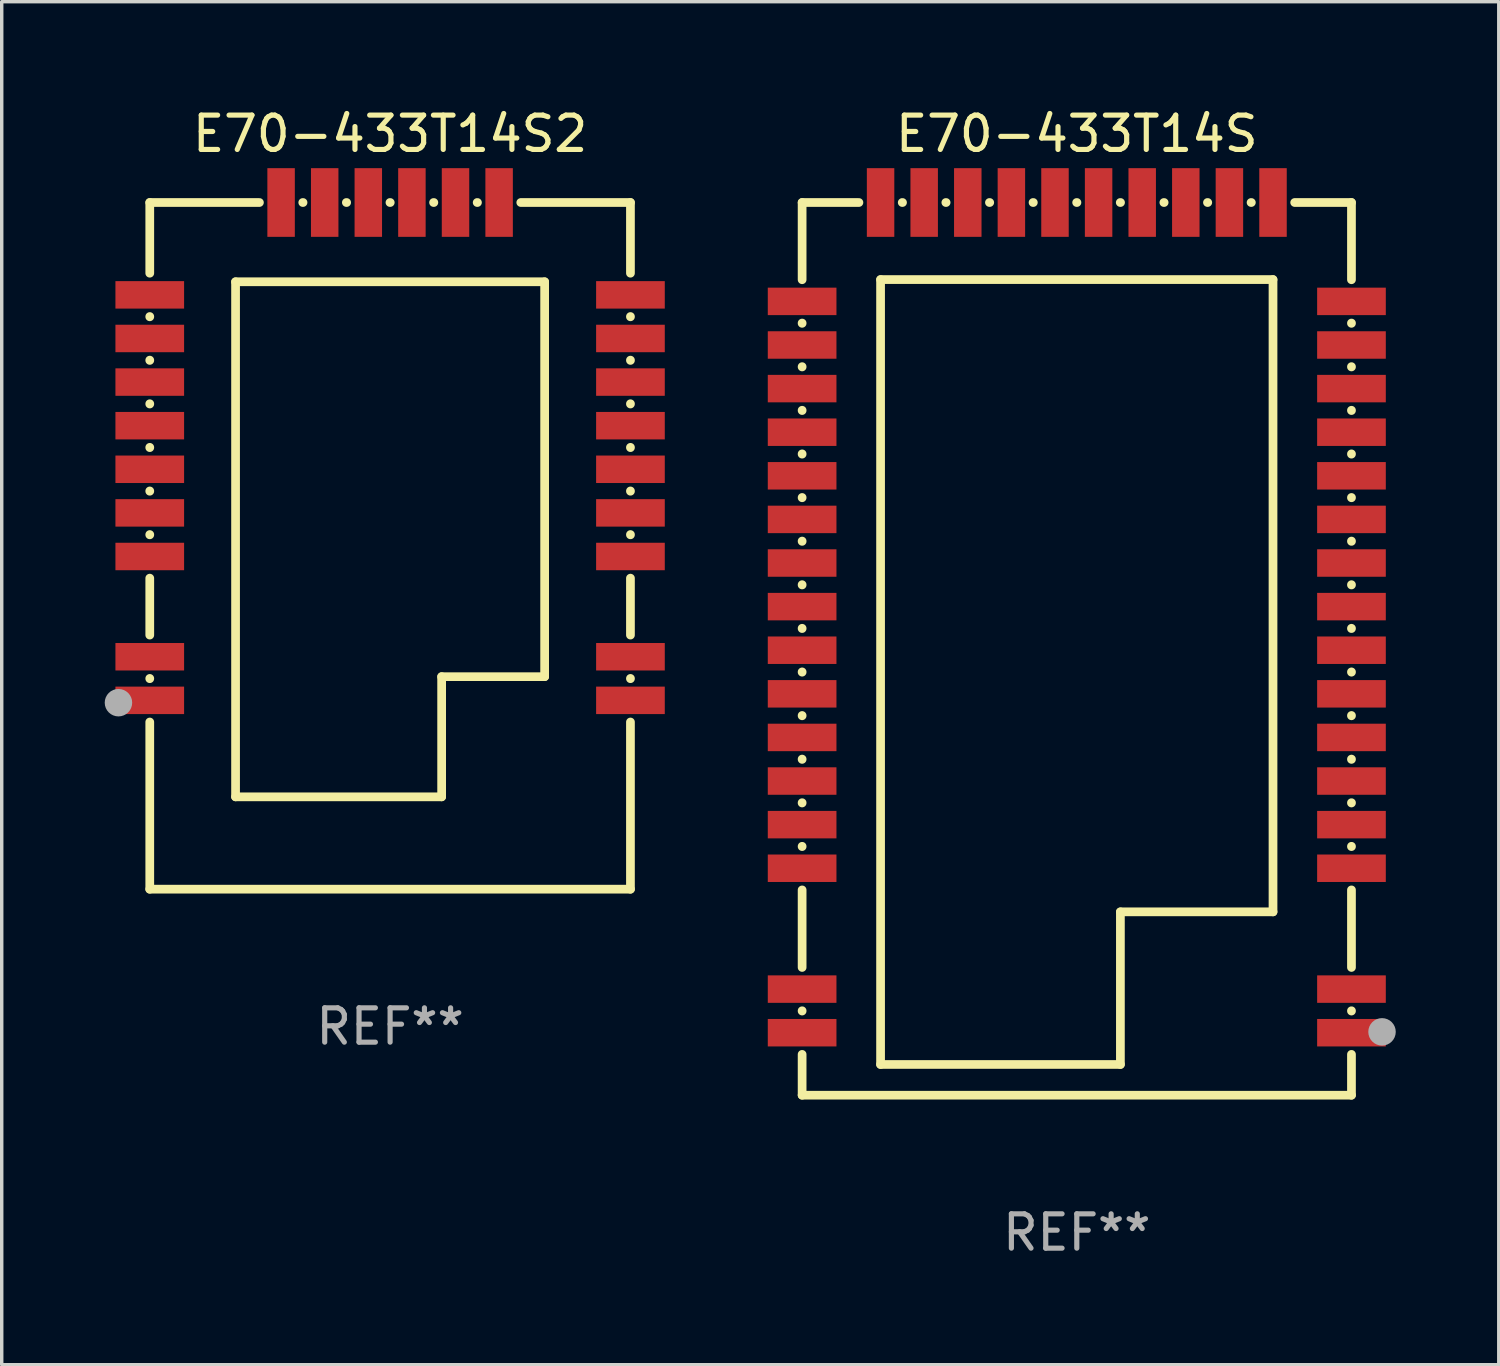
<source format=kicad_pcb>
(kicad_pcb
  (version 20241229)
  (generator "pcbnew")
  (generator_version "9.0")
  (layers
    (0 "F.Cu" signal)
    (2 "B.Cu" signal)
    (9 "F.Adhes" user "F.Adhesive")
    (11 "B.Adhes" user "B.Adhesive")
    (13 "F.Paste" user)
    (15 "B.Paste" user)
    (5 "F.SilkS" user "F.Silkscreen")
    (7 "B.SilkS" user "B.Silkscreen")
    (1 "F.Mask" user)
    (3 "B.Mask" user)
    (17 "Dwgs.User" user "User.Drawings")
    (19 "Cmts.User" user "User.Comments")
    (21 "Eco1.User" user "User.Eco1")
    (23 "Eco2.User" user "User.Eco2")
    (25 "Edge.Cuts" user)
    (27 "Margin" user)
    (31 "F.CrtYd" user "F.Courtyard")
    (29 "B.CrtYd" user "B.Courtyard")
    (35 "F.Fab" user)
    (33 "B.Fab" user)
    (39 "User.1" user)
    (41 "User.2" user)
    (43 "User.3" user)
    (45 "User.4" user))
  (footprint "E70-433T14S"
    (layer "F.Cu")
    (at 28.312 15.848)
    (property "Reference" "E70-433T14S" (at 0 -15 0) (layer "F.SilkS") (effects (font (size 1 1) (thickness 0.15))))
    (attr through_hole)
    (fp_line (start -8 -13) (end -6.346 -13) (stroke (width 0.254) (type solid)) (layer "F.SilkS"))
    (fp_line (start -8 -10.751) (end -8 -13) (stroke (width 0.254) (type solid)) (layer "F.SilkS"))
    (fp_line (start -8 -9.481) (end -8 -9.489) (stroke (width 0.254) (type solid)) (layer "F.SilkS"))
    (fp_line (start -8 -8.211) (end -8 -8.219) (stroke (width 0.254) (type solid)) (layer "F.SilkS"))
    (fp_line (start -8 -6.941) (end -8 -6.949) (stroke (width 0.254) (type solid)) (layer "F.SilkS"))
    (fp_line (start -8 -5.671) (end -8 -5.679) (stroke (width 0.254) (type solid)) (layer "F.SilkS"))
    (fp_line (start -8 -4.401) (end -8 -4.409) (stroke (width 0.254) (type solid)) (layer "F.SilkS"))
    (fp_line (start -8 -3.131) (end -8 -3.139) (stroke (width 0.254) (type solid)) (layer "F.SilkS"))
    (fp_line (start -8 -1.861) (end -8 -1.869) (stroke (width 0.254) (type solid)) (layer "F.SilkS"))
    (fp_line (start -8 -0.591) (end -8 -0.599) (stroke (width 0.254) (type solid)) (layer "F.SilkS"))
    (fp_line (start -8 0.679) (end -8 0.671) (stroke (width 0.254) (type solid)) (layer "F.SilkS"))
    (fp_line (start -8 1.949) (end -8 1.941) (stroke (width 0.254) (type solid)) (layer "F.SilkS"))
    (fp_line (start -8 3.219) (end -8 3.211) (stroke (width 0.254) (type solid)) (layer "F.SilkS"))
    (fp_line (start -8 4.489) (end -8 4.481) (stroke (width 0.254) (type solid)) (layer "F.SilkS"))
    (fp_line (start -8 5.759) (end -8 5.751) (stroke (width 0.254) (type solid)) (layer "F.SilkS"))
    (fp_line (start -8 9.279) (end -8 7.021) (stroke (width 0.254) (type solid)) (layer "F.SilkS"))
    (fp_line (start -8 10.549) (end -8 10.541) (stroke (width 0.254) (type solid)) (layer "F.SilkS"))
    (fp_line (start -8 13) (end -8 11.811) (stroke (width 0.254) (type solid)) (layer "F.SilkS"))
    (fp_line (start -8 13) (end 8 13) (stroke (width 0.254) (type solid)) (layer "F.SilkS"))
    (fp_line (start -5.715 -10.755) (end 5.715 -10.755) (stroke (width 0.254) (type solid)) (layer "F.SilkS"))
    (fp_line (start -5.715 12.105) (end -5.715 -10.755) (stroke (width 0.254) (type solid)) (layer "F.SilkS"))
    (fp_line (start -5.084 -13) (end -5.076 -13) (stroke (width 0.254) (type solid)) (layer "F.SilkS"))
    (fp_line (start -3.814 -13) (end -3.806 -13) (stroke (width 0.254) (type solid)) (layer "F.SilkS"))
    (fp_line (start -2.544 -13) (end -2.536 -13) (stroke (width 0.254) (type solid)) (layer "F.SilkS"))
    (fp_line (start -1.274 -13) (end -1.266 -13) (stroke (width 0.254) (type solid)) (layer "F.SilkS"))
    (fp_line (start -0.004 -13) (end 0.004 -13) (stroke (width 0.254) (type solid)) (layer "F.SilkS"))
    (fp_line (start 1.266 -13) (end 1.274 -13) (stroke (width 0.254) (type solid)) (layer "F.SilkS"))
    (fp_line (start 1.27 7.66) (end 1.27 12.105) (stroke (width 0.254) (type solid)) (layer "F.SilkS"))
    (fp_line (start 1.27 12.105) (end -5.715 12.105) (stroke (width 0.254) (type solid)) (layer "F.SilkS"))
    (fp_line (start 2.536 -13) (end 2.544 -13) (stroke (width 0.254) (type solid)) (layer "F.SilkS"))
    (fp_line (start 3.806 -13) (end 3.814 -13) (stroke (width 0.254) (type solid)) (layer "F.SilkS"))
    (fp_line (start 5.076 -13) (end 5.084 -13) (stroke (width 0.254) (type solid)) (layer "F.SilkS"))
    (fp_line (start 5.715 -10.755) (end 5.715 7.66) (stroke (width 0.254) (type solid)) (layer "F.SilkS"))
    (fp_line (start 5.715 7.66) (end 1.27 7.66) (stroke (width 0.254) (type solid)) (layer "F.SilkS"))
    (fp_line (start 6.346 -13) (end 8 -13) (stroke (width 0.254) (type solid)) (layer "F.SilkS"))
    (fp_line (start 8 -10.751) (end 8 -13) (stroke (width 0.254) (type solid)) (layer "F.SilkS"))
    (fp_line (start 8 -9.481) (end 8 -9.489) (stroke (width 0.254) (type solid)) (layer "F.SilkS"))
    (fp_line (start 8 -8.211) (end 8 -8.219) (stroke (width 0.254) (type solid)) (layer "F.SilkS"))
    (fp_line (start 8 -6.941) (end 8 -6.949) (stroke (width 0.254) (type solid)) (layer "F.SilkS"))
    (fp_line (start 8 -5.671) (end 8 -5.679) (stroke (width 0.254) (type solid)) (layer "F.SilkS"))
    (fp_line (start 8 -4.401) (end 8 -4.409) (stroke (width 0.254) (type solid)) (layer "F.SilkS"))
    (fp_line (start 8 -3.131) (end 8 -3.139) (stroke (width 0.254) (type solid)) (layer "F.SilkS"))
    (fp_line (start 8 -1.861) (end 8 -1.869) (stroke (width 0.254) (type solid)) (layer "F.SilkS"))
    (fp_line (start 8 -0.591) (end 8 -0.599) (stroke (width 0.254) (type solid)) (layer "F.SilkS"))
    (fp_line (start 8 0.679) (end 8 0.671) (stroke (width 0.254) (type solid)) (layer "F.SilkS"))
    (fp_line (start 8 1.949) (end 8 1.941) (stroke (width 0.254) (type solid)) (layer "F.SilkS"))
    (fp_line (start 8 3.219) (end 8 3.211) (stroke (width 0.254) (type solid)) (layer "F.SilkS"))
    (fp_line (start 8 4.489) (end 8 4.481) (stroke (width 0.254) (type solid)) (layer "F.SilkS"))
    (fp_line (start 8 5.759) (end 8 5.751) (stroke (width 0.254) (type solid)) (layer "F.SilkS"))
    (fp_line (start 8 9.279) (end 8 7.021) (stroke (width 0.254) (type solid)) (layer "F.SilkS"))
    (fp_line (start 8 10.549) (end 8 10.541) (stroke (width 0.254) (type solid)) (layer "F.SilkS"))
    (fp_line (start 8 13) (end 8 11.811) (stroke (width 0.254) (type solid)) (layer "F.SilkS"))
    (fp_circle (center 8 12.979) (end 8.03 12.979) (stroke (width 0.06) (type solid)) (fill no) (layer "F.SilkS"))
    (fp_circle (center 8.89 11.155) (end 9.09 11.155) (stroke (width 0.4) (type solid)) (fill no) (layer "F.Fab"))
    (fp_text user "REF**" (at 0 17 0) (layer "F.Fab") (effects (font (size 1 1) (thickness 0.15))))
    (pad "1" smd rect (at 8 11.18) (size 2 0.8) (layers "F.Cu" "F.Mask" "F.Paste"))
    (pad "2" smd rect (at 8 9.91) (size 2 0.8) (layers "F.Cu" "F.Mask" "F.Paste"))
    (pad "3" smd rect (at 8 6.39) (size 2 0.8) (layers "F.Cu" "F.Mask" "F.Paste"))
    (pad "4" smd rect (at 8 5.12) (size 2 0.8) (layers "F.Cu" "F.Mask" "F.Paste"))
    (pad "5" smd rect (at 8 3.85) (size 2 0.8) (layers "F.Cu" "F.Mask" "F.Paste"))
    (pad "6" smd rect (at 8 2.58) (size 2 0.8) (layers "F.Cu" "F.Mask" "F.Paste"))
    (pad "7" smd rect (at 8 1.31) (size 2 0.8) (layers "F.Cu" "F.Mask" "F.Paste"))
    (pad "8" smd rect (at 8 0.04) (size 2 0.8) (layers "F.Cu" "F.Mask" "F.Paste"))
    (pad "9" smd rect (at 8 -1.23) (size 2 0.8) (layers "F.Cu" "F.Mask" "F.Paste"))
    (pad "10" smd rect (at 8 -2.5) (size 2 0.8) (layers "F.Cu" "F.Mask" "F.Paste"))
    (pad "11" smd rect (at 8 -3.77) (size 2 0.8) (layers "F.Cu" "F.Mask" "F.Paste"))
    (pad "12" smd rect (at 8 -5.04) (size 2 0.8) (layers "F.Cu" "F.Mask" "F.Paste"))
    (pad "13" smd rect (at 8 -6.31) (size 2 0.8) (layers "F.Cu" "F.Mask" "F.Paste"))
    (pad "14" smd rect (at 8 -7.58) (size 2 0.8) (layers "F.Cu" "F.Mask" "F.Paste"))
    (pad "15" smd rect (at 8 -8.85) (size 2 0.8) (layers "F.Cu" "F.Mask" "F.Paste"))
    (pad "16" smd rect (at 8 -10.12) (size 2 0.8) (layers "F.Cu" "F.Mask" "F.Paste"))
    (pad "17" smd rect (at 5.715 -13 90) (size 2 0.8) (layers "F.Cu" "F.Mask" "F.Paste"))
    (pad "18" smd rect (at 4.445 -13 90) (size 2 0.8) (layers "F.Cu" "F.Mask" "F.Paste"))
    (pad "19" smd rect (at 3.175 -13 90) (size 2 0.8) (layers "F.Cu" "F.Mask" "F.Paste"))
    (pad "20" smd rect (at 1.905 -13 90) (size 2 0.8) (layers "F.Cu" "F.Mask" "F.Paste"))
    (pad "21" smd rect (at 0.635 -13 90) (size 2 0.8) (layers "F.Cu" "F.Mask" "F.Paste"))
    (pad "22" smd rect (at -0.635 -13 90) (size 2 0.8) (layers "F.Cu" "F.Mask" "F.Paste"))
    (pad "23" smd rect (at -1.905 -13 90) (size 2 0.8) (layers "F.Cu" "F.Mask" "F.Paste"))
    (pad "24" smd rect (at -3.175 -13 90) (size 2 0.8) (layers "F.Cu" "F.Mask" "F.Paste"))
    (pad "25" smd rect (at -4.445 -13 90) (size 2 0.8) (layers "F.Cu" "F.Mask" "F.Paste"))
    (pad "26" smd rect (at -5.715 -13 90) (size 2 0.8) (layers "F.Cu" "F.Mask" "F.Paste"))
    (pad "27" smd rect (at -8 -10.12 180) (size 2 0.8) (layers "F.Cu" "F.Mask" "F.Paste"))
    (pad "28" smd rect (at -8 -8.85 180) (size 2 0.8) (layers "F.Cu" "F.Mask" "F.Paste"))
    (pad "29" smd rect (at -8 -7.58 180) (size 2 0.8) (layers "F.Cu" "F.Mask" "F.Paste"))
    (pad "30" smd rect (at -8 -6.31 180) (size 2 0.8) (layers "F.Cu" "F.Mask" "F.Paste"))
    (pad "31" smd rect (at -8 -5.04 180) (size 2 0.8) (layers "F.Cu" "F.Mask" "F.Paste"))
    (pad "32" smd rect (at -8 -3.77 180) (size 2 0.8) (layers "F.Cu" "F.Mask" "F.Paste"))
    (pad "33" smd rect (at -8 -2.5 180) (size 2 0.8) (layers "F.Cu" "F.Mask" "F.Paste"))
    (pad "34" smd rect (at -8 -1.23 180) (size 2 0.8) (layers "F.Cu" "F.Mask" "F.Paste"))
    (pad "35" smd rect (at -8 0.04 180) (size 2 0.8) (layers "F.Cu" "F.Mask" "F.Paste"))
    (pad "36" smd rect (at -8 1.31 180) (size 2 0.8) (layers "F.Cu" "F.Mask" "F.Paste"))
    (pad "37" smd rect (at -8 2.58 180) (size 2 0.8) (layers "F.Cu" "F.Mask" "F.Paste"))
    (pad "38" smd rect (at -8 3.85 180) (size 2 0.8) (layers "F.Cu" "F.Mask" "F.Paste"))
    (pad "39" smd rect (at -8 5.12 180) (size 2 0.8) (layers "F.Cu" "F.Mask" "F.Paste"))
    (pad "40" smd rect (at -8 6.39 180) (size 2 0.8) (layers "F.Cu" "F.Mask" "F.Paste"))
    (pad "41" smd rect (at -8 9.91 180) (size 2 0.8) (layers "F.Cu" "F.Mask" "F.Paste"))
    (pad "42" smd rect (at -8 11.18 180) (size 2 0.8) (layers "F.Cu" "F.Mask" "F.Paste")))
  (footprint "E70-433T14S2"
    (layer "F.Cu")
    (at 8.312 12.848)
    (property "Reference" "E70-433T14S2" (at 0 -12 0) (layer "F.SilkS") (effects (font (size 1 1) (thickness 0.15))))
    (attr through_hole)
    (fp_line (start -7 -10) (end -7 -7.941) (stroke (width 0.254) (type solid)) (layer "F.SilkS"))
    (fp_line (start -7 -10) (end -3.806 -10) (stroke (width 0.254) (type solid)) (layer "F.SilkS"))
    (fp_line (start -7 -6.679) (end -7 -6.671) (stroke (width 0.254) (type solid)) (layer "F.SilkS"))
    (fp_line (start -7 -5.409) (end -7 -5.401) (stroke (width 0.254) (type solid)) (layer "F.SilkS"))
    (fp_line (start -7 -4.139) (end -7 -4.131) (stroke (width 0.254) (type solid)) (layer "F.SilkS"))
    (fp_line (start -7 -2.869) (end -7 -2.861) (stroke (width 0.254) (type solid)) (layer "F.SilkS"))
    (fp_line (start -7 -1.599) (end -7 -1.591) (stroke (width 0.254) (type solid)) (layer "F.SilkS"))
    (fp_line (start -7 -0.329) (end -7 -0.321) (stroke (width 0.254) (type solid)) (layer "F.SilkS"))
    (fp_line (start -7 0.941) (end -7 2.599) (stroke (width 0.254) (type solid)) (layer "F.SilkS"))
    (fp_line (start -7 3.861) (end -7 3.869) (stroke (width 0.254) (type solid)) (layer "F.SilkS"))
    (fp_line (start -7 5.131) (end -7 10) (stroke (width 0.254) (type solid)) (layer "F.SilkS"))
    (fp_line (start -4.501 -7.691) (end 4.501 -7.691) (stroke (width 0.254) (type solid)) (layer "F.SilkS"))
    (fp_line (start -4.501 7.31) (end -4.501 -7.691) (stroke (width 0.254) (type solid)) (layer "F.SilkS"))
    (fp_line (start -2.544 -10) (end -2.536 -10) (stroke (width 0.254) (type solid)) (layer "F.SilkS"))
    (fp_line (start -1.274 -10) (end -1.266 -10) (stroke (width 0.254) (type solid)) (layer "F.SilkS"))
    (fp_line (start -0.004 -10) (end 0.004 -10) (stroke (width 0.254) (type solid)) (layer "F.SilkS"))
    (fp_line (start 1.266 -10) (end 1.274 -10) (stroke (width 0.254) (type solid)) (layer "F.SilkS"))
    (fp_line (start 1.501 3.81) (end 1.501 7.31) (stroke (width 0.254) (type solid)) (layer "F.SilkS"))
    (fp_line (start 1.501 7.31) (end -4.501 7.31) (stroke (width 0.254) (type solid)) (layer "F.SilkS"))
    (fp_line (start 2.536 -10) (end 2.544 -10) (stroke (width 0.254) (type solid)) (layer "F.SilkS"))
    (fp_line (start 3.806 -10) (end 7 -10) (stroke (width 0.254) (type solid)) (layer "F.SilkS"))
    (fp_line (start 4.501 -7.691) (end 4.501 3.81) (stroke (width 0.254) (type solid)) (layer "F.SilkS"))
    (fp_line (start 4.501 3.81) (end 1.501 3.81) (stroke (width 0.254) (type solid)) (layer "F.SilkS"))
    (fp_line (start 7 -10) (end 7 -7.941) (stroke (width 0.254) (type solid)) (layer "F.SilkS"))
    (fp_line (start 7 -6.679) (end 7 -6.671) (stroke (width 0.254) (type solid)) (layer "F.SilkS"))
    (fp_line (start 7 -5.409) (end 7 -5.401) (stroke (width 0.254) (type solid)) (layer "F.SilkS"))
    (fp_line (start 7 -4.139) (end 7 -4.131) (stroke (width 0.254) (type solid)) (layer "F.SilkS"))
    (fp_line (start 7 -2.869) (end 7 -2.861) (stroke (width 0.254) (type solid)) (layer "F.SilkS"))
    (fp_line (start 7 -1.599) (end 7 -1.591) (stroke (width 0.254) (type solid)) (layer "F.SilkS"))
    (fp_line (start 7 -0.329) (end 7 -0.321) (stroke (width 0.254) (type solid)) (layer "F.SilkS"))
    (fp_line (start 7 0.941) (end 7 2.599) (stroke (width 0.254) (type solid)) (layer "F.SilkS"))
    (fp_line (start 7 3.861) (end 7 3.869) (stroke (width 0.254) (type solid)) (layer "F.SilkS"))
    (fp_line (start 7 5.131) (end 7 10) (stroke (width 0.254) (type solid)) (layer "F.SilkS"))
    (fp_line (start 7 10) (end -7 10) (stroke (width 0.254) (type solid)) (layer "F.SilkS"))
    (fp_circle (center -7 10.024) (end -6.97 10.024) (stroke (width 0.06) (type solid)) (fill no) (layer "F.SilkS"))
    (fp_circle (center -7.912 4.568) (end -7.712 4.568) (stroke (width 0.4) (type solid)) (fill no) (layer "F.Fab"))
    (fp_text user "REF**" (at 0 14 0) (layer "F.Fab") (effects (font (size 1 1) (thickness 0.15))))
    (pad "1" smd rect (at -7 4.5) (size 2 0.8) (layers "F.Cu" "F.Mask" "F.Paste"))
    (pad "2" smd rect (at -7 3.23) (size 2 0.8) (layers "F.Cu" "F.Mask" "F.Paste"))
    (pad "3" smd rect (at -7 0.31) (size 2 0.8) (layers "F.Cu" "F.Mask" "F.Paste"))
    (pad "4" smd rect (at -7 -0.96) (size 2 0.8) (layers "F.Cu" "F.Mask" "F.Paste"))
    (pad "5" smd rect (at -7 -2.23) (size 2 0.8) (layers "F.Cu" "F.Mask" "F.Paste"))
    (pad "6" smd rect (at -7 -3.5) (size 2 0.8) (layers "F.Cu" "F.Mask" "F.Paste"))
    (pad "7" smd rect (at -7 -4.77) (size 2 0.8) (layers "F.Cu" "F.Mask" "F.Paste"))
    (pad "8" smd rect (at -7 -6.04) (size 2 0.8) (layers "F.Cu" "F.Mask" "F.Paste"))
    (pad "9" smd rect (at -7 -7.31) (size 2 0.8) (layers "F.Cu" "F.Mask" "F.Paste"))
    (pad "10" smd rect (at -3.175 -10 90) (size 2 0.8) (layers "F.Cu" "F.Mask" "F.Paste"))
    (pad "11" smd rect (at -1.905 -10 90) (size 2 0.8) (layers "F.Cu" "F.Mask" "F.Paste"))
    (pad "12" smd rect (at -0.635 -10 90) (size 2 0.8) (layers "F.Cu" "F.Mask" "F.Paste"))
    (pad "13" smd rect (at 0.635 -10 90) (size 2 0.8) (layers "F.Cu" "F.Mask" "F.Paste"))
    (pad "14" smd rect (at 1.905 -10 90) (size 2 0.8) (layers "F.Cu" "F.Mask" "F.Paste"))
    (pad "15" smd rect (at 3.175 -10 90) (size 2 0.8) (layers "F.Cu" "F.Mask" "F.Paste"))
    (pad "16" smd rect (at 7 -7.31 180) (size 2 0.8) (layers "F.Cu" "F.Mask" "F.Paste"))
    (pad "17" smd rect (at 7 -6.04 180) (size 2 0.8) (layers "F.Cu" "F.Mask" "F.Paste"))
    (pad "18" smd rect (at 7 -4.77 180) (size 2 0.8) (layers "F.Cu" "F.Mask" "F.Paste"))
    (pad "19" smd rect (at 7 -3.5 180) (size 2 0.8) (layers "F.Cu" "F.Mask" "F.Paste"))
    (pad "20" smd rect (at 7 -2.23 180) (size 2 0.8) (layers "F.Cu" "F.Mask" "F.Paste"))
    (pad "21" smd rect (at 7 -0.96 180) (size 2 0.8) (layers "F.Cu" "F.Mask" "F.Paste"))
    (pad "22" smd rect (at 7 0.31 180) (size 2 0.8) (layers "F.Cu" "F.Mask" "F.Paste"))
    (pad "23" smd rect (at 7 3.23 180) (size 2 0.8) (layers "F.Cu" "F.Mask" "F.Paste"))
    (pad "24" smd rect (at 7 4.5 180) (size 2 0.8) (layers "F.Cu" "F.Mask" "F.Paste")))
  (gr_rect
    (start -3 -3)
    (end 40.602 36.697)
    (stroke (width 0.1) (type default))
    (fill no)
    (layer "Edge.Cuts")))
</source>
